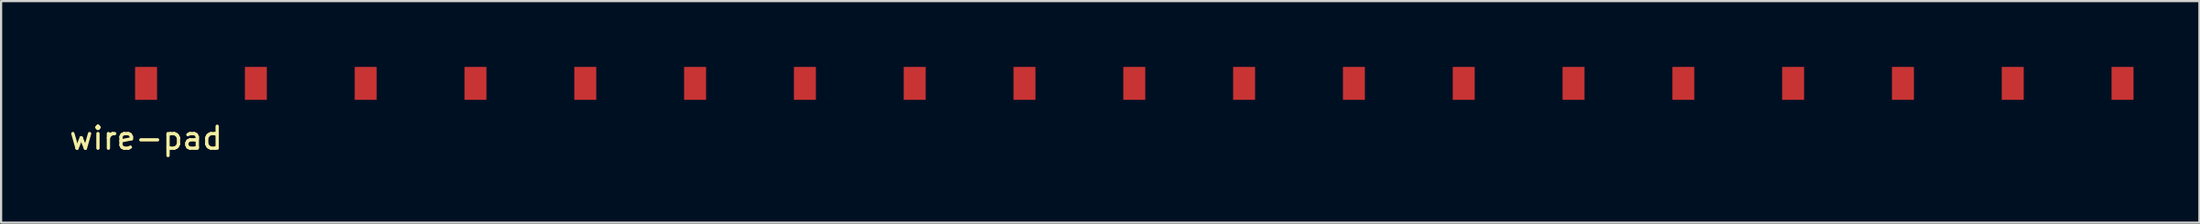
<source format=kicad_pcb>
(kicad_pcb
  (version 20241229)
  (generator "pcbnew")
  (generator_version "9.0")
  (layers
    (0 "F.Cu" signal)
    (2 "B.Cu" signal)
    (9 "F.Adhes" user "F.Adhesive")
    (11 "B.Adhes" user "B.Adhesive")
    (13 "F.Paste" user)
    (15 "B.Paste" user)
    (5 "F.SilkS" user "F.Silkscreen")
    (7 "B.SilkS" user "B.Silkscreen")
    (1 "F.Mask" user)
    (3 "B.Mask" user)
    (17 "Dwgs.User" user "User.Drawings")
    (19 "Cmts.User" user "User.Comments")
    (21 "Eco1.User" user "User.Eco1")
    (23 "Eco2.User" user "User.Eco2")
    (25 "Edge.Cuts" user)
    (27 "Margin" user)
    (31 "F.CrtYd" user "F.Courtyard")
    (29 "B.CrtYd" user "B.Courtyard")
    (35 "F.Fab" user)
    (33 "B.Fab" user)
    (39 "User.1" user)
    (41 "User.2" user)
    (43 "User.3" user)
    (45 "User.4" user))
  (footprint "wire-pad"
    (layer "F.Cu")
    (at 3.601 0.75)
    (property "Reference" "wire-pad" (at 0 2.5 0) (layer "F.SilkS") (effects (font (size 1 1) (thickness 0.15))))
    (attr through_hole)
    (pad "1" smd rect (at 0 0) (size 1 1.5) (layers "F.Cu" "F.Mask" "F.Paste"))
    (pad "1" smd rect (at 5 0) (size 1 1.5) (layers "F.Cu" "F.Mask" "F.Paste"))
    (pad "1" smd rect (at 10 0) (size 1 1.5) (layers "F.Cu" "F.Mask" "F.Paste"))
    (pad "1" smd rect (at 15 0) (size 1 1.5) (layers "F.Cu" "F.Mask" "F.Paste"))
    (pad "1" smd rect (at 20 0) (size 1 1.5) (layers "F.Cu" "F.Mask" "F.Paste"))
    (pad "1" smd rect (at 25 0) (size 1 1.5) (layers "F.Cu" "F.Mask" "F.Paste"))
    (pad "1" smd rect (at 30 0) (size 1 1.5) (layers "F.Cu" "F.Mask" "F.Paste"))
    (pad "1" smd rect (at 35 0) (size 1 1.5) (layers "F.Cu" "F.Mask" "F.Paste"))
    (pad "1" smd rect (at 40 0) (size 1 1.5) (layers "F.Cu" "F.Mask" "F.Paste"))
    (pad "1" smd rect (at 45 0) (size 1 1.5) (layers "F.Cu" "F.Mask" "F.Paste"))
    (pad "1" smd rect (at 50 0) (size 1 1.5) (layers "F.Cu" "F.Mask" "F.Paste"))
    (pad "1" smd rect (at 55 0) (size 1 1.5) (layers "F.Cu" "F.Mask" "F.Paste"))
    (pad "1" smd rect (at 60 0) (size 1 1.5) (layers "F.Cu" "F.Mask" "F.Paste"))
    (pad "1" smd rect (at 65 0) (size 1 1.5) (layers "F.Cu" "F.Mask" "F.Paste"))
    (pad "1" smd rect (at 70 0) (size 1 1.5) (layers "F.Cu" "F.Mask" "F.Paste"))
    (pad "1" smd rect (at 75 0) (size 1 1.5) (layers "F.Cu" "F.Mask" "F.Paste"))
    (pad "1" smd rect (at 80 0) (size 1 1.5) (layers "F.Cu" "F.Mask" "F.Paste"))
    (pad "1" smd rect (at 85 0) (size 1 1.5) (layers "F.Cu" "F.Mask" "F.Paste"))
    (pad "1" smd rect (at 90 0) (size 1 1.5) (layers "F.Cu" "F.Mask" "F.Paste")))
  (gr_rect
    (start -3 -3)
    (end 97.101 7.098)
    (stroke (width 0.1) (type default))
    (fill no)
    (layer "Edge.Cuts")))
</source>
